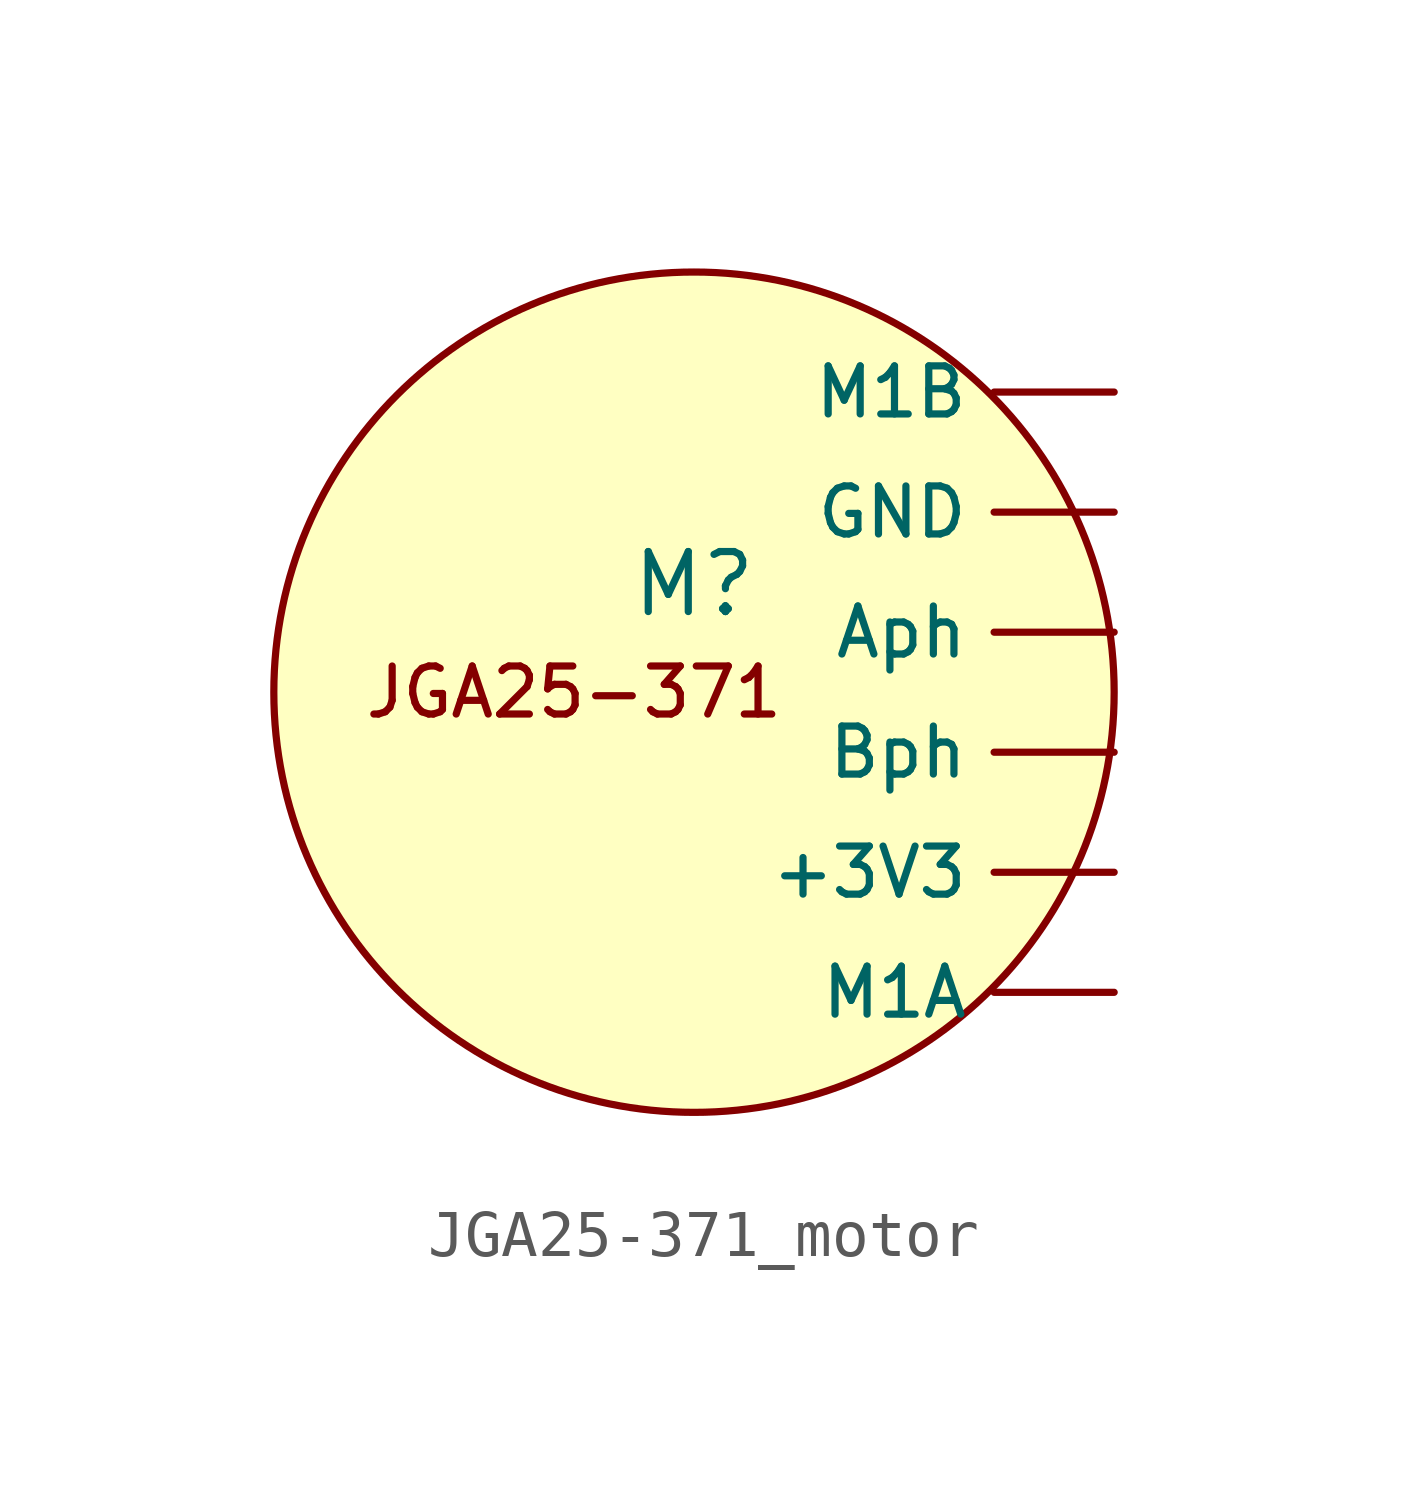
<source format=kicad_sym>
(kicad_symbol_lib
  (version 20241209)
  (generator "kicad_symbol_editor")
  (generator_version "9.0")
  (symbol "JGA25-371_motor"
    (property "Reference" "M"
      (at 0 2.286 0)
      (effects (font (size 1.27 1.27))))
    (property "Value" ""
      (at 0 0 0)
      (effects (font (size 1.27 1.27))))
    (symbol "JGA25-371_motor_1_1"
      (circle (center 0 0) (radius 8.89) (stroke (width 0) (type default)) (fill (type background)))
      (text "JGA25-371" (at -2.54 0 0) (effects (font (size 1.016 1.016))))
      (pin power_in line (at 8.89 6.35 180) (length 2.54) (name "M1B" (effects (font (size 1.016 1.016)))) (number "" (effects (font (size 1.27 1.27)))))
      (pin power_in line (at 8.89 3.81 180) (length 2.54) (name "GND" (effects (font (size 1.016 1.016)))) (number "" (effects (font (size 1.27 1.27)))))
      (pin output line (at 8.89 1.27 180) (length 2.54) (name "Aph" (effects (font (size 1.016 1.016)))) (number "" (effects (font (size 1.27 1.27)))))
      (pin output line (at 8.89 -1.27 180) (length 2.54) (name "Bph" (effects (font (size 1.016 1.016)))) (number "" (effects (font (size 1.27 1.27)))))
      (pin power_in line (at 8.89 -3.81 180) (length 2.54) (name "+3V3" (effects (font (size 1.016 1.016)))) (number "" (effects (font (size 1.27 1.27)))))
      (pin power_in line (at 8.89 -6.35 180) (length 2.54) (name "M1A" (effects (font (size 1.016 1.016)))) (number "" (effects (font (size 1.27 1.27))))))))
</source>
